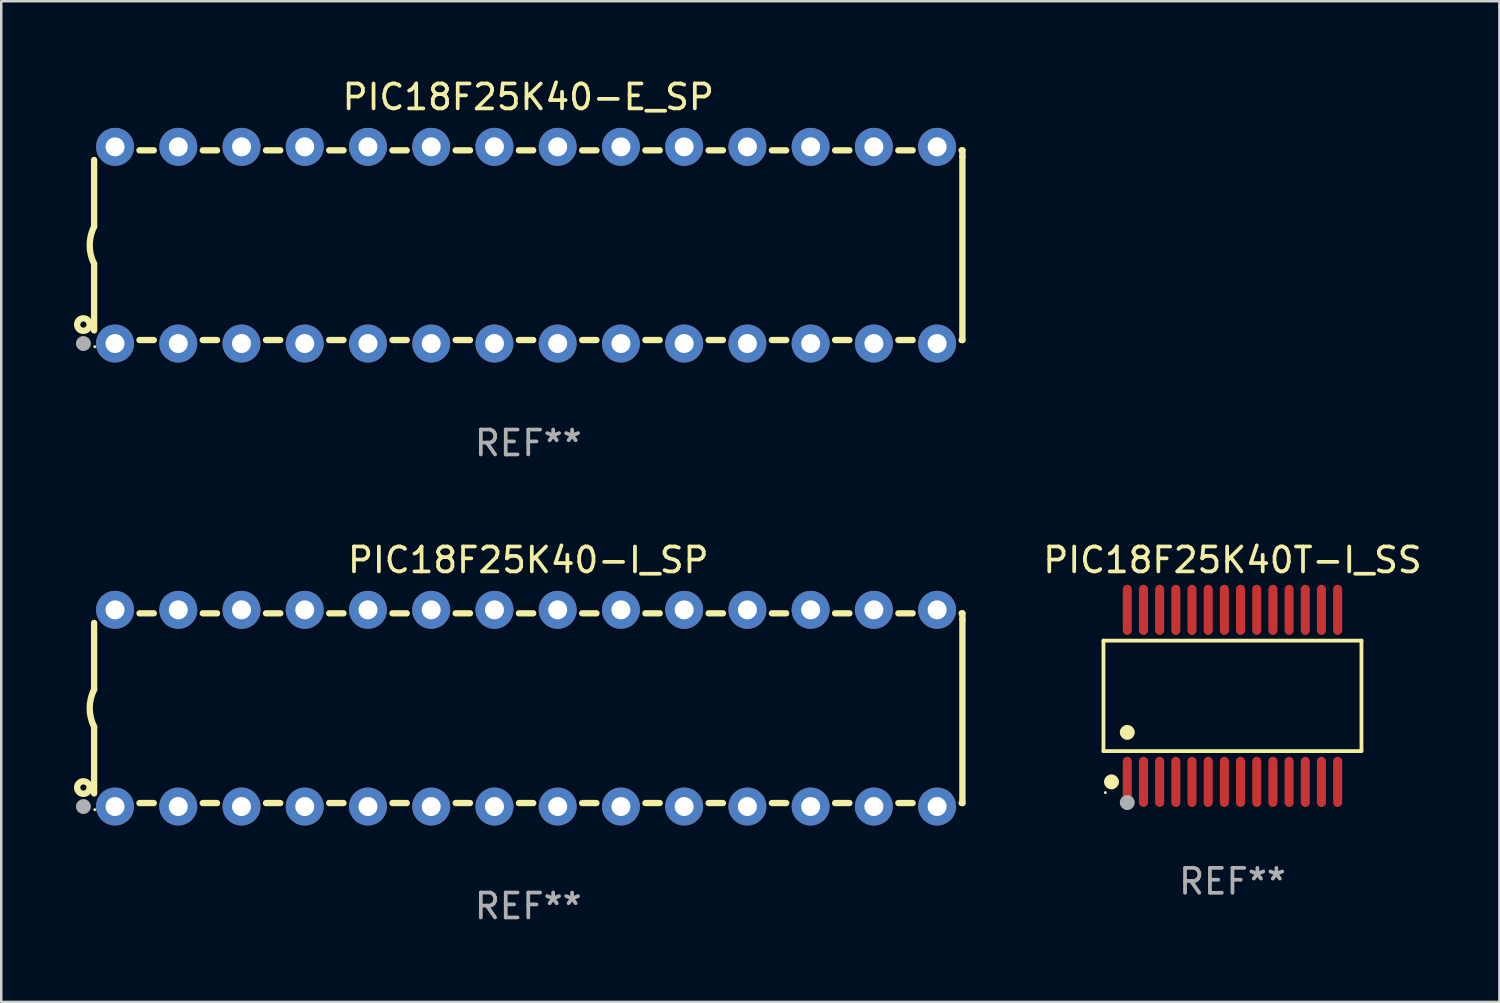
<source format=kicad_pcb>
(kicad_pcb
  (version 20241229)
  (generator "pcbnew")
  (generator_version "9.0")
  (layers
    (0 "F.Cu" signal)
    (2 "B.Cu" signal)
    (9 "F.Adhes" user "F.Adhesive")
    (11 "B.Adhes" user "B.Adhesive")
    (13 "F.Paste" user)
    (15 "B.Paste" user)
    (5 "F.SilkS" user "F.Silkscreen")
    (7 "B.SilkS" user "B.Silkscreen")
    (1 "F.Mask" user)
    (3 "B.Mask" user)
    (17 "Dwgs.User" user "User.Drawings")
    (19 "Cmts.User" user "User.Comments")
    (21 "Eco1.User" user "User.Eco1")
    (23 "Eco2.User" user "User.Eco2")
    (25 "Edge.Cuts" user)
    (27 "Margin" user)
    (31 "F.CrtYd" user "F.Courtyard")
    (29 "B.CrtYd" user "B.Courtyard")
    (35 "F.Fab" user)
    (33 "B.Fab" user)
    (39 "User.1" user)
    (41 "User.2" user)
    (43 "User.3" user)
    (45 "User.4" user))
  (footprint "PIC18F25K40-E_SP"
    (layer "F.Cu")
    (at 18.168 6.798)
    (property "Reference" "PIC18F25K40-E_SP" (at 0 -5.95 0) (layer "F.SilkS") (effects (font (size 1 1) (thickness 0.15))))
    (attr through_hole)
    (fp_line (start -17.438 0.75) (end -17.438 3.423) (stroke (width 0.254) (type solid)) (layer "F.SilkS"))
    (fp_line (start -17.438 -3.423) (end -17.438 -0.75) (stroke (width 0.254) (type solid)) (layer "F.SilkS"))
    (fp_line (start -15.615 3.81) (end -15.041 3.81) (stroke (width 0.254) (type solid)) (layer "F.SilkS"))
    (fp_line (start -15.041 -3.81) (end -15.614 -3.81) (stroke (width 0.254) (type solid)) (layer "F.SilkS"))
    (fp_line (start -13.075 3.81) (end -12.501 3.81) (stroke (width 0.254) (type solid)) (layer "F.SilkS"))
    (fp_line (start -12.501 -3.81) (end -13.074 -3.81) (stroke (width 0.254) (type solid)) (layer "F.SilkS"))
    (fp_line (start -10.535 3.81) (end -9.961 3.81) (stroke (width 0.254) (type solid)) (layer "F.SilkS"))
    (fp_line (start -9.961 -3.81) (end -10.534 -3.81) (stroke (width 0.254) (type solid)) (layer "F.SilkS"))
    (fp_line (start -7.995 3.81) (end -7.421 3.81) (stroke (width 0.254) (type solid)) (layer "F.SilkS"))
    (fp_line (start -7.421 -3.81) (end -7.995 -3.81) (stroke (width 0.254) (type solid)) (layer "F.SilkS"))
    (fp_line (start -5.455 3.81) (end -4.881 3.81) (stroke (width 0.254) (type solid)) (layer "F.SilkS"))
    (fp_line (start -4.881 -3.81) (end -5.455 -3.81) (stroke (width 0.254) (type solid)) (layer "F.SilkS"))
    (fp_line (start -2.915 3.81) (end -2.341 3.81) (stroke (width 0.254) (type solid)) (layer "F.SilkS"))
    (fp_line (start -2.341 -3.81) (end -2.915 -3.81) (stroke (width 0.254) (type solid)) (layer "F.SilkS"))
    (fp_line (start -0.375 3.81) (end 0.199 3.81) (stroke (width 0.254) (type solid)) (layer "F.SilkS"))
    (fp_line (start 0.199 -3.81) (end -0.375 -3.81) (stroke (width 0.254) (type solid)) (layer "F.SilkS"))
    (fp_line (start 2.165 3.81) (end 2.739 3.81) (stroke (width 0.254) (type solid)) (layer "F.SilkS"))
    (fp_line (start 2.739 -3.81) (end 2.165 -3.81) (stroke (width 0.254) (type solid)) (layer "F.SilkS"))
    (fp_line (start 4.705 3.81) (end 5.279 3.81) (stroke (width 0.254) (type solid)) (layer "F.SilkS"))
    (fp_line (start 5.279 -3.81) (end 4.705 -3.81) (stroke (width 0.254) (type solid)) (layer "F.SilkS"))
    (fp_line (start 7.245 3.81) (end 7.819 3.81) (stroke (width 0.254) (type solid)) (layer "F.SilkS"))
    (fp_line (start 7.819 -3.81) (end 7.245 -3.81) (stroke (width 0.254) (type solid)) (layer "F.SilkS"))
    (fp_line (start 9.785 3.81) (end 10.359 3.81) (stroke (width 0.254) (type solid)) (layer "F.SilkS"))
    (fp_line (start 10.359 -3.81) (end 9.785 -3.81) (stroke (width 0.254) (type solid)) (layer "F.SilkS"))
    (fp_line (start 12.325 3.81) (end 12.899 3.81) (stroke (width 0.254) (type solid)) (layer "F.SilkS"))
    (fp_line (start 12.899 -3.81) (end 12.325 -3.81) (stroke (width 0.254) (type solid)) (layer "F.SilkS"))
    (fp_line (start 14.865 3.81) (end 15.439 3.81) (stroke (width 0.254) (type solid)) (layer "F.SilkS"))
    (fp_line (start 15.439 -3.81) (end 14.865 -3.81) (stroke (width 0.254) (type solid)) (layer "F.SilkS"))
    (fp_line (start 17.405 3.81) (end 17.438 3.81) (stroke (width 0.254) (type solid)) (layer "F.SilkS"))
    (fp_line (start 17.438 -3.81) (end 17.405 -3.81) (stroke (width 0.254) (type solid)) (layer "F.SilkS"))
    (fp_line (start 17.438 -3.556) (end 17.438 -3.81) (stroke (width 0.254) (type solid)) (layer "F.SilkS"))
    (fp_line (start 17.438 3.81) (end 17.438 -3.556) (stroke (width 0.254) (type solid)) (layer "F.SilkS"))
    (fp_arc (start -17.437986 0.749657) (mid -17.614887 -0.000024) (end -17.437783 -0.749657) (stroke (width 0.254001) (type solid)) (layer "F.SilkS"))
    (fp_circle (center -17.868 3.188) (end -17.743 3.188) (stroke (width 0.254) (type solid)) (fill no) (layer "F.SilkS"))
    (fp_circle (center -17.411 4.077) (end -17.381 4.077) (stroke (width 0.06) (type solid)) (fill no) (layer "F.SilkS"))
    (fp_circle (center -17.868 3.95) (end -17.718 3.95) (stroke (width 0.3) (type solid)) (fill no) (layer "F.Fab"))
    (fp_text user "REF**" (at 0 7.95 0) (layer "F.Fab") (effects (font (size 1 1) (thickness 0.15))))
    (pad "1" thru_hole circle (at -16.598 3.95) (size 1.524 1.524) (drill 0.762) (layers "*.Cu" "*.Mask"))
    (pad "2" thru_hole circle (at -14.058 3.95) (size 1.524 1.524) (drill 0.762) (layers "*.Cu" "*.Mask"))
    (pad "3" thru_hole circle (at -11.518 3.95) (size 1.524 1.524) (drill 0.762) (layers "*.Cu" "*.Mask"))
    (pad "4" thru_hole circle (at -8.978 3.95) (size 1.524 1.524) (drill 0.762) (layers "*.Cu" "*.Mask"))
    (pad "5" thru_hole circle (at -6.438 3.95) (size 1.524 1.524) (drill 0.762) (layers "*.Cu" "*.Mask"))
    (pad "6" thru_hole circle (at -3.898 3.95) (size 1.524 1.524) (drill 0.762) (layers "*.Cu" "*.Mask"))
    (pad "7" thru_hole circle (at -1.358 3.95) (size 1.524 1.524) (drill 0.762) (layers "*.Cu" "*.Mask"))
    (pad "8" thru_hole circle (at 1.182 3.95) (size 1.524 1.524) (drill 0.762) (layers "*.Cu" "*.Mask"))
    (pad "9" thru_hole circle (at 3.722 3.95) (size 1.524 1.524) (drill 0.762) (layers "*.Cu" "*.Mask"))
    (pad "10" thru_hole circle (at 6.262 3.95) (size 1.524 1.524) (drill 0.762) (layers "*.Cu" "*.Mask"))
    (pad "11" thru_hole circle (at 8.802 3.95) (size 1.524 1.524) (drill 0.762) (layers "*.Cu" "*.Mask"))
    (pad "12" thru_hole circle (at 11.342 3.95) (size 1.524 1.524) (drill 0.762) (layers "*.Cu" "*.Mask"))
    (pad "13" thru_hole circle (at 13.882 3.95) (size 1.524 1.524) (drill 0.762) (layers "*.Cu" "*.Mask"))
    (pad "14" thru_hole circle (at 16.422 3.95) (size 1.524 1.524) (drill 0.762) (layers "*.Cu" "*.Mask"))
    (pad "15" thru_hole circle (at 16.422 -3.95) (size 1.524 1.524) (drill 0.762) (layers "*.Cu" "*.Mask"))
    (pad "16" thru_hole circle (at 13.882 -3.95) (size 1.524 1.524) (drill 0.762) (layers "*.Cu" "*.Mask"))
    (pad "17" thru_hole circle (at 11.342 -3.95) (size 1.524 1.524) (drill 0.762) (layers "*.Cu" "*.Mask"))
    (pad "18" thru_hole circle (at 8.802 -3.95) (size 1.524 1.524) (drill 0.762) (layers "*.Cu" "*.Mask"))
    (pad "19" thru_hole circle (at 6.262 -3.95) (size 1.524 1.524) (drill 0.762) (layers "*.Cu" "*.Mask"))
    (pad "20" thru_hole circle (at 3.722 -3.95) (size 1.524 1.524) (drill 0.762) (layers "*.Cu" "*.Mask"))
    (pad "21" thru_hole circle (at 1.182 -3.95) (size 1.524 1.524) (drill 0.762) (layers "*.Cu" "*.Mask"))
    (pad "22" thru_hole circle (at -1.358 -3.95) (size 1.524 1.524) (drill 0.762) (layers "*.Cu" "*.Mask"))
    (pad "23" thru_hole circle (at -3.898 -3.95) (size 1.524 1.524) (drill 0.762) (layers "*.Cu" "*.Mask"))
    (pad "24" thru_hole circle (at -6.438 -3.95) (size 1.524 1.524) (drill 0.762) (layers "*.Cu" "*.Mask"))
    (pad "25" thru_hole circle (at -8.978 -3.95) (size 1.524 1.524) (drill 0.762) (layers "*.Cu" "*.Mask"))
    (pad "26" thru_hole circle (at -11.517 -3.95) (size 1.524 1.524) (drill 0.762) (layers "*.Cu" "*.Mask"))
    (pad "27" thru_hole circle (at -14.057 -3.95) (size 1.524 1.524) (drill 0.762) (layers "*.Cu" "*.Mask"))
    (pad "28" thru_hole circle (at -16.597 -3.95) (size 1.524 1.524) (drill 0.762) (layers "*.Cu" "*.Mask")))
  (footprint "PIC18F25K40T-I_SS"
    (layer "F.Cu")
    (at 46.453 24.9)
    (property "Reference" "PIC18F25K40T-I_SS" (at 0 -5.455 0) (layer "F.SilkS") (effects (font (size 1 1) (thickness 0.15))))
    (attr through_hole)
    (fp_line (start -5.181 -2.219) (end 5.181 -2.219) (stroke (width 0.152) (type solid)) (layer "F.SilkS"))
    (fp_line (start -5.181 2.219) (end -5.181 -2.219) (stroke (width 0.152) (type solid)) (layer "F.SilkS"))
    (fp_line (start 5.181 -2.219) (end 5.181 2.219) (stroke (width 0.152) (type solid)) (layer "F.SilkS"))
    (fp_line (start 5.181 2.219) (end -5.181 2.219) (stroke (width 0.152) (type solid)) (layer "F.SilkS"))
    (fp_circle (center -5.105 3.885) (end -5.075 3.885) (stroke (width 0.06) (type solid)) (fill no) (layer "F.SilkS"))
    (fp_circle (center -4.859 3.455) (end -4.709 3.455) (stroke (width 0.3) (type solid)) (fill no) (layer "F.SilkS"))
    (fp_circle (center -4.225 1.467) (end -4.075 1.467) (stroke (width 0.3) (type solid)) (fill no) (layer "F.SilkS"))
    (fp_circle (center -4.225 4.285) (end -4.075 4.285) (stroke (width 0.3) (type solid)) (fill no) (layer "F.Fab"))
    (fp_text user "REF**" (at 0 7.455 0) (layer "F.Fab") (effects (font (size 1 1) (thickness 0.15))))
    (pad "1" smd oval (at -4.225 3.455) (size 0.364 2.015) (layers "F.Cu" "F.Mask" "F.Paste"))
    (pad "2" smd oval (at -3.575 3.455) (size 0.364 2.015) (layers "F.Cu" "F.Mask" "F.Paste"))
    (pad "3" smd oval (at -2.925 3.455) (size 0.364 2.015) (layers "F.Cu" "F.Mask" "F.Paste"))
    (pad "4" smd oval (at -2.275 3.455) (size 0.364 2.015) (layers "F.Cu" "F.Mask" "F.Paste"))
    (pad "5" smd oval (at -1.625 3.455) (size 0.364 2.015) (layers "F.Cu" "F.Mask" "F.Paste"))
    (pad "6" smd oval (at -0.975 3.455) (size 0.364 2.015) (layers "F.Cu" "F.Mask" "F.Paste"))
    (pad "7" smd oval (at -0.325 3.455) (size 0.364 2.015) (layers "F.Cu" "F.Mask" "F.Paste"))
    (pad "8" smd oval (at 0.325 3.455) (size 0.364 2.015) (layers "F.Cu" "F.Mask" "F.Paste"))
    (pad "9" smd oval (at 0.975 3.455) (size 0.364 2.015) (layers "F.Cu" "F.Mask" "F.Paste"))
    (pad "10" smd oval (at 1.625 3.455) (size 0.364 2.015) (layers "F.Cu" "F.Mask" "F.Paste"))
    (pad "11" smd oval (at 2.275 3.455) (size 0.364 2.015) (layers "F.Cu" "F.Mask" "F.Paste"))
    (pad "12" smd oval (at 2.925 3.455) (size 0.364 2.015) (layers "F.Cu" "F.Mask" "F.Paste"))
    (pad "13" smd oval (at 3.575 3.455) (size 0.364 2.015) (layers "F.Cu" "F.Mask" "F.Paste"))
    (pad "14" smd oval (at 4.225 3.455) (size 0.364 2.015) (layers "F.Cu" "F.Mask" "F.Paste"))
    (pad "15" smd oval (at 4.225 -3.455) (size 0.364 2.015) (layers "F.Cu" "F.Mask" "F.Paste"))
    (pad "16" smd oval (at 3.575 -3.455) (size 0.364 2.015) (layers "F.Cu" "F.Mask" "F.Paste"))
    (pad "17" smd oval (at 2.925 -3.455) (size 0.364 2.015) (layers "F.Cu" "F.Mask" "F.Paste"))
    (pad "18" smd oval (at 2.275 -3.455) (size 0.364 2.015) (layers "F.Cu" "F.Mask" "F.Paste"))
    (pad "19" smd oval (at 1.625 -3.455) (size 0.364 2.015) (layers "F.Cu" "F.Mask" "F.Paste"))
    (pad "20" smd oval (at 0.975 -3.455) (size 0.364 2.015) (layers "F.Cu" "F.Mask" "F.Paste"))
    (pad "21" smd oval (at 0.325 -3.455) (size 0.364 2.015) (layers "F.Cu" "F.Mask" "F.Paste"))
    (pad "22" smd oval (at -0.325 -3.455) (size 0.364 2.015) (layers "F.Cu" "F.Mask" "F.Paste"))
    (pad "23" smd oval (at -0.975 -3.455) (size 0.364 2.015) (layers "F.Cu" "F.Mask" "F.Paste"))
    (pad "24" smd oval (at -1.625 -3.455) (size 0.364 2.015) (layers "F.Cu" "F.Mask" "F.Paste"))
    (pad "25" smd oval (at -2.275 -3.455) (size 0.364 2.015) (layers "F.Cu" "F.Mask" "F.Paste"))
    (pad "26" smd oval (at -2.925 -3.455) (size 0.364 2.015) (layers "F.Cu" "F.Mask" "F.Paste"))
    (pad "27" smd oval (at -3.575 -3.455) (size 0.364 2.015) (layers "F.Cu" "F.Mask" "F.Paste"))
    (pad "28" smd oval (at -4.225 -3.455) (size 0.364 2.015) (layers "F.Cu" "F.Mask" "F.Paste")))
  (footprint "PIC18F25K40-I_SP"
    (layer "F.Cu")
    (at 18.168 25.395)
    (property "Reference" "PIC18F25K40-I_SP" (at 0 -5.95 0) (layer "F.SilkS") (effects (font (size 1 1) (thickness 0.15))))
    (attr through_hole)
    (fp_line (start -17.438 0.75) (end -17.438 3.423) (stroke (width 0.254) (type solid)) (layer "F.SilkS"))
    (fp_line (start -17.438 -3.423) (end -17.438 -0.75) (stroke (width 0.254) (type solid)) (layer "F.SilkS"))
    (fp_line (start -15.615 3.81) (end -15.041 3.81) (stroke (width 0.254) (type solid)) (layer "F.SilkS"))
    (fp_line (start -15.041 -3.81) (end -15.614 -3.81) (stroke (width 0.254) (type solid)) (layer "F.SilkS"))
    (fp_line (start -13.075 3.81) (end -12.501 3.81) (stroke (width 0.254) (type solid)) (layer "F.SilkS"))
    (fp_line (start -12.501 -3.81) (end -13.074 -3.81) (stroke (width 0.254) (type solid)) (layer "F.SilkS"))
    (fp_line (start -10.535 3.81) (end -9.961 3.81) (stroke (width 0.254) (type solid)) (layer "F.SilkS"))
    (fp_line (start -9.961 -3.81) (end -10.534 -3.81) (stroke (width 0.254) (type solid)) (layer "F.SilkS"))
    (fp_line (start -7.995 3.81) (end -7.421 3.81) (stroke (width 0.254) (type solid)) (layer "F.SilkS"))
    (fp_line (start -7.421 -3.81) (end -7.995 -3.81) (stroke (width 0.254) (type solid)) (layer "F.SilkS"))
    (fp_line (start -5.455 3.81) (end -4.881 3.81) (stroke (width 0.254) (type solid)) (layer "F.SilkS"))
    (fp_line (start -4.881 -3.81) (end -5.455 -3.81) (stroke (width 0.254) (type solid)) (layer "F.SilkS"))
    (fp_line (start -2.915 3.81) (end -2.341 3.81) (stroke (width 0.254) (type solid)) (layer "F.SilkS"))
    (fp_line (start -2.341 -3.81) (end -2.915 -3.81) (stroke (width 0.254) (type solid)) (layer "F.SilkS"))
    (fp_line (start -0.375 3.81) (end 0.199 3.81) (stroke (width 0.254) (type solid)) (layer "F.SilkS"))
    (fp_line (start 0.199 -3.81) (end -0.375 -3.81) (stroke (width 0.254) (type solid)) (layer "F.SilkS"))
    (fp_line (start 2.165 3.81) (end 2.739 3.81) (stroke (width 0.254) (type solid)) (layer "F.SilkS"))
    (fp_line (start 2.739 -3.81) (end 2.165 -3.81) (stroke (width 0.254) (type solid)) (layer "F.SilkS"))
    (fp_line (start 4.705 3.81) (end 5.279 3.81) (stroke (width 0.254) (type solid)) (layer "F.SilkS"))
    (fp_line (start 5.279 -3.81) (end 4.705 -3.81) (stroke (width 0.254) (type solid)) (layer "F.SilkS"))
    (fp_line (start 7.245 3.81) (end 7.819 3.81) (stroke (width 0.254) (type solid)) (layer "F.SilkS"))
    (fp_line (start 7.819 -3.81) (end 7.245 -3.81) (stroke (width 0.254) (type solid)) (layer "F.SilkS"))
    (fp_line (start 9.785 3.81) (end 10.359 3.81) (stroke (width 0.254) (type solid)) (layer "F.SilkS"))
    (fp_line (start 10.359 -3.81) (end 9.785 -3.81) (stroke (width 0.254) (type solid)) (layer "F.SilkS"))
    (fp_line (start 12.325 3.81) (end 12.899 3.81) (stroke (width 0.254) (type solid)) (layer "F.SilkS"))
    (fp_line (start 12.899 -3.81) (end 12.325 -3.81) (stroke (width 0.254) (type solid)) (layer "F.SilkS"))
    (fp_line (start 14.865 3.81) (end 15.439 3.81) (stroke (width 0.254) (type solid)) (layer "F.SilkS"))
    (fp_line (start 15.439 -3.81) (end 14.865 -3.81) (stroke (width 0.254) (type solid)) (layer "F.SilkS"))
    (fp_line (start 17.405 3.81) (end 17.438 3.81) (stroke (width 0.254) (type solid)) (layer "F.SilkS"))
    (fp_line (start 17.438 -3.81) (end 17.405 -3.81) (stroke (width 0.254) (type solid)) (layer "F.SilkS"))
    (fp_line (start 17.438 -3.556) (end 17.438 -3.81) (stroke (width 0.254) (type solid)) (layer "F.SilkS"))
    (fp_line (start 17.438 3.81) (end 17.438 -3.556) (stroke (width 0.254) (type solid)) (layer "F.SilkS"))
    (fp_arc (start -17.437986 0.749657) (mid -17.614887 -0.000024) (end -17.437783 -0.749657) (stroke (width 0.254001) (type solid)) (layer "F.SilkS"))
    (fp_circle (center -17.868 3.188) (end -17.743 3.188) (stroke (width 0.254) (type solid)) (fill no) (layer "F.SilkS"))
    (fp_circle (center -17.411 4.077) (end -17.381 4.077) (stroke (width 0.06) (type solid)) (fill no) (layer "F.SilkS"))
    (fp_circle (center -17.868 3.95) (end -17.718 3.95) (stroke (width 0.3) (type solid)) (fill no) (layer "F.Fab"))
    (fp_text user "REF**" (at 0 7.95 0) (layer "F.Fab") (effects (font (size 1 1) (thickness 0.15))))
    (pad "1" thru_hole circle (at -16.598 3.95) (size 1.524 1.524) (drill 0.762) (layers "*.Cu" "*.Mask"))
    (pad "2" thru_hole circle (at -14.058 3.95) (size 1.524 1.524) (drill 0.762) (layers "*.Cu" "*.Mask"))
    (pad "3" thru_hole circle (at -11.518 3.95) (size 1.524 1.524) (drill 0.762) (layers "*.Cu" "*.Mask"))
    (pad "4" thru_hole circle (at -8.978 3.95) (size 1.524 1.524) (drill 0.762) (layers "*.Cu" "*.Mask"))
    (pad "5" thru_hole circle (at -6.438 3.95) (size 1.524 1.524) (drill 0.762) (layers "*.Cu" "*.Mask"))
    (pad "6" thru_hole circle (at -3.898 3.95) (size 1.524 1.524) (drill 0.762) (layers "*.Cu" "*.Mask"))
    (pad "7" thru_hole circle (at -1.358 3.95) (size 1.524 1.524) (drill 0.762) (layers "*.Cu" "*.Mask"))
    (pad "8" thru_hole circle (at 1.182 3.95) (size 1.524 1.524) (drill 0.762) (layers "*.Cu" "*.Mask"))
    (pad "9" thru_hole circle (at 3.722 3.95) (size 1.524 1.524) (drill 0.762) (layers "*.Cu" "*.Mask"))
    (pad "10" thru_hole circle (at 6.262 3.95) (size 1.524 1.524) (drill 0.762) (layers "*.Cu" "*.Mask"))
    (pad "11" thru_hole circle (at 8.802 3.95) (size 1.524 1.524) (drill 0.762) (layers "*.Cu" "*.Mask"))
    (pad "12" thru_hole circle (at 11.342 3.95) (size 1.524 1.524) (drill 0.762) (layers "*.Cu" "*.Mask"))
    (pad "13" thru_hole circle (at 13.882 3.95) (size 1.524 1.524) (drill 0.762) (layers "*.Cu" "*.Mask"))
    (pad "14" thru_hole circle (at 16.422 3.95) (size 1.524 1.524) (drill 0.762) (layers "*.Cu" "*.Mask"))
    (pad "15" thru_hole circle (at 16.422 -3.95) (size 1.524 1.524) (drill 0.762) (layers "*.Cu" "*.Mask"))
    (pad "16" thru_hole circle (at 13.882 -3.95) (size 1.524 1.524) (drill 0.762) (layers "*.Cu" "*.Mask"))
    (pad "17" thru_hole circle (at 11.342 -3.95) (size 1.524 1.524) (drill 0.762) (layers "*.Cu" "*.Mask"))
    (pad "18" thru_hole circle (at 8.802 -3.95) (size 1.524 1.524) (drill 0.762) (layers "*.Cu" "*.Mask"))
    (pad "19" thru_hole circle (at 6.262 -3.95) (size 1.524 1.524) (drill 0.762) (layers "*.Cu" "*.Mask"))
    (pad "20" thru_hole circle (at 3.722 -3.95) (size 1.524 1.524) (drill 0.762) (layers "*.Cu" "*.Mask"))
    (pad "21" thru_hole circle (at 1.182 -3.95) (size 1.524 1.524) (drill 0.762) (layers "*.Cu" "*.Mask"))
    (pad "22" thru_hole circle (at -1.358 -3.95) (size 1.524 1.524) (drill 0.762) (layers "*.Cu" "*.Mask"))
    (pad "23" thru_hole circle (at -3.898 -3.95) (size 1.524 1.524) (drill 0.762) (layers "*.Cu" "*.Mask"))
    (pad "24" thru_hole circle (at -6.438 -3.95) (size 1.524 1.524) (drill 0.762) (layers "*.Cu" "*.Mask"))
    (pad "25" thru_hole circle (at -8.978 -3.95) (size 1.524 1.524) (drill 0.762) (layers "*.Cu" "*.Mask"))
    (pad "26" thru_hole circle (at -11.517 -3.95) (size 1.524 1.524) (drill 0.762) (layers "*.Cu" "*.Mask"))
    (pad "27" thru_hole circle (at -14.057 -3.95) (size 1.524 1.524) (drill 0.762) (layers "*.Cu" "*.Mask"))
    (pad "28" thru_hole circle (at -16.597 -3.95) (size 1.524 1.524) (drill 0.762) (layers "*.Cu" "*.Mask")))
  (gr_rect
    (start -3 -3)
    (end 57.174 37.193)
    (stroke (width 0.1) (type default))
    (fill no)
    (layer "Edge.Cuts")))
</source>
